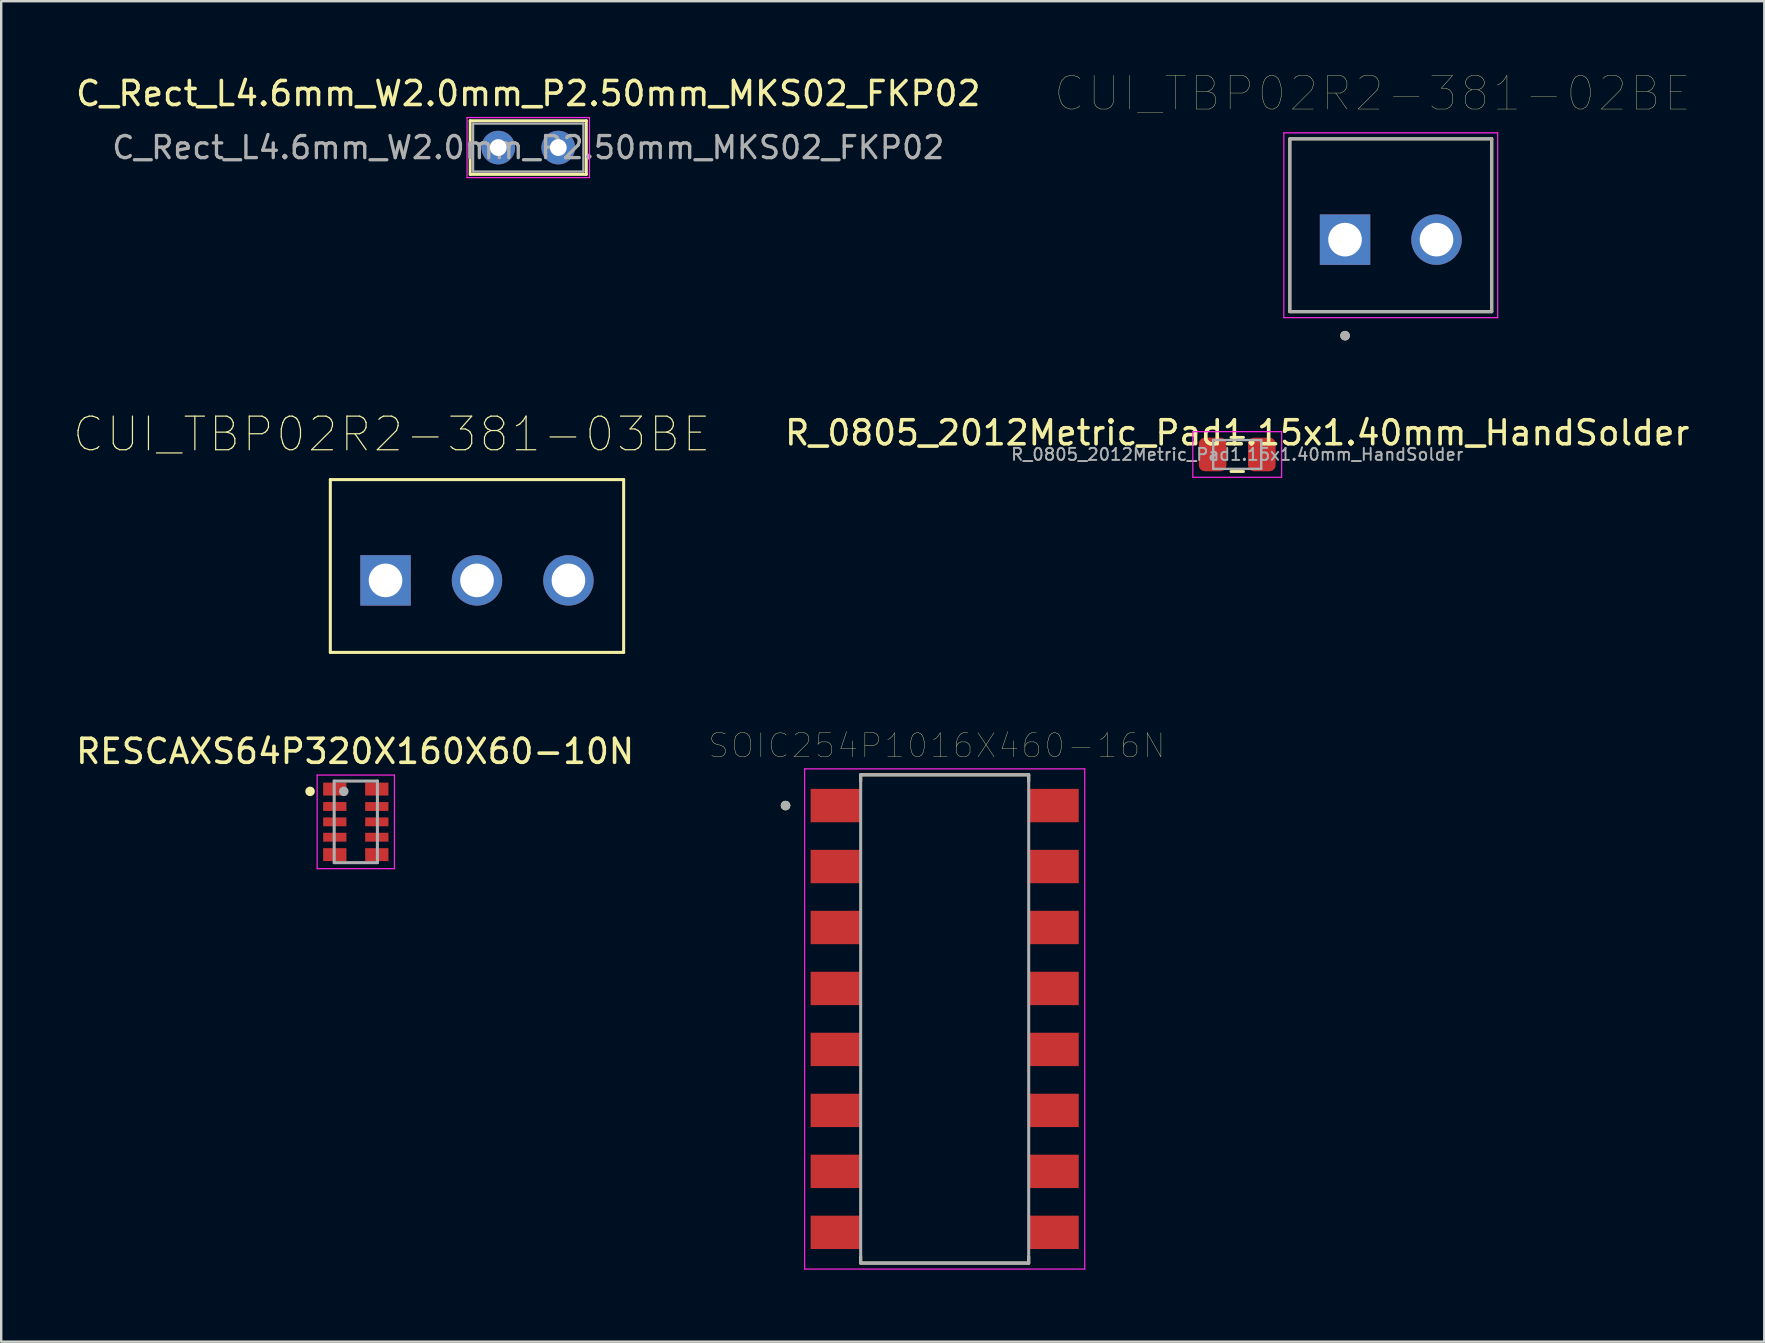
<source format=kicad_pcb>
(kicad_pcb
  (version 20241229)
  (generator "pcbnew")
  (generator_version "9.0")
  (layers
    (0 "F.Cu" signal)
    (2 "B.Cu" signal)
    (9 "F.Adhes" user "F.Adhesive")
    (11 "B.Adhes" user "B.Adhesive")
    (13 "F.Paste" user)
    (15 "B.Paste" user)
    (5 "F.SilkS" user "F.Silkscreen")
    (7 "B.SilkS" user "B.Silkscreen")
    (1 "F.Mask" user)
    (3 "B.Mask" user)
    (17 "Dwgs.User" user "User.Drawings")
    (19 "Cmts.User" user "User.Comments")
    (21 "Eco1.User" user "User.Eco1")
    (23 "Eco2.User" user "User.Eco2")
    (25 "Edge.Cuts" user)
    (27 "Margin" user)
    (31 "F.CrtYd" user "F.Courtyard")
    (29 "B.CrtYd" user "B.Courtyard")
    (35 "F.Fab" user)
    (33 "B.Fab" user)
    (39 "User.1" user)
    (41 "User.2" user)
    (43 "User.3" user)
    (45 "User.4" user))
  (footprint "RESCAXS64P320X160X60-10N"
    (layer "F.Cu")
    (at 11.773 31.19)
    (property "Reference" "RESCAXS64P320X160X60-10N" (at -0.029 -2.937 0) (layer "F.SilkS") (effects (font (size 1 1) (thickness 0.15))))
    (attr through_hole)
    (fp_circle (center -1.905 -1.27) (end -1.805 -1.27) (stroke (width 0.2) (type solid)) (fill no) (layer "F.SilkS"))
    (fp_line (start -1.61 -1.95) (end 1.61 -1.95) (stroke (width 0.05) (type solid)) (layer "F.CrtYd"))
    (fp_line (start -1.61 1.95) (end -1.61 -1.95) (stroke (width 0.05) (type solid)) (layer "F.CrtYd"))
    (fp_line (start 1.61 -1.95) (end 1.61 1.95) (stroke (width 0.05) (type solid)) (layer "F.CrtYd"))
    (fp_line (start 1.61 1.95) (end -1.61 1.95) (stroke (width 0.05) (type solid)) (layer "F.CrtYd"))
    (fp_line (start -0.9 -1.7) (end 0.9 -1.7) (stroke (width 0.127) (type solid)) (layer "F.Fab"))
    (fp_line (start -0.9 1.7) (end -0.9 -1.7) (stroke (width 0.127) (type solid)) (layer "F.Fab"))
    (fp_line (start 0.9 -1.7) (end 0.9 1.7) (stroke (width 0.127) (type solid)) (layer "F.Fab"))
    (fp_line (start 0.9 1.7) (end -0.9 1.7) (stroke (width 0.127) (type solid)) (layer "F.Fab"))
    (fp_circle (center -0.5 -1.27) (end -0.4 -1.27) (stroke (width 0.2) (type solid)) (fill no) (layer "F.Fab"))
    (pad "1" smd rect (at -0.875 -1.365) (size 0.97 0.54) (layers "F.Cu" "F.Mask" "F.Paste"))
    (pad "2" smd rect (at -0.875 -0.64) (size 0.97 0.37) (layers "F.Cu" "F.Mask" "F.Paste"))
    (pad "3" smd rect (at -0.875 0) (size 0.97 0.37) (layers "F.Cu" "F.Mask" "F.Paste"))
    (pad "4" smd rect (at -0.875 0.64) (size 0.97 0.37) (layers "F.Cu" "F.Mask" "F.Paste"))
    (pad "5" smd rect (at -0.875 1.365) (size 0.97 0.54) (layers "F.Cu" "F.Mask" "F.Paste"))
    (pad "6" smd rect (at 0.875 1.365) (size 0.97 0.54) (layers "F.Cu" "F.Mask" "F.Paste"))
    (pad "7" smd rect (at 0.875 0.64) (size 0.97 0.37) (layers "F.Cu" "F.Mask" "F.Paste"))
    (pad "8" smd rect (at 0.875 0) (size 0.97 0.37) (layers "F.Cu" "F.Mask" "F.Paste"))
    (pad "9" smd rect (at 0.875 -0.64) (size 0.97 0.37) (layers "F.Cu" "F.Mask" "F.Paste"))
    (pad "10" smd rect (at 0.875 -1.365) (size 0.97 0.54) (layers "F.Cu" "F.Mask" "F.Paste")))
  (footprint "CUI_TBP02R2-381-03BE"
    (layer "F.Cu")
    (at 13.012 21.13)
    (property "Reference" "CUI_TBP02R2-381-03BE" (at 0.256 -6.089 0) (layer "F.SilkS") (effects (font (size 1.4 1.4) (thickness 0.05))))
    (attr through_hole)
    (fp_line (start -2.3 -4.2) (end 9.92 -4.2) (stroke (width 0.127) (type solid)) (layer "F.SilkS"))
    (fp_line (start -2.3 3) (end -2.3 -4.2) (stroke (width 0.127) (type solid)) (layer "F.SilkS"))
    (fp_line (start 9.92 -4.2) (end 9.92 3) (stroke (width 0.127) (type solid)) (layer "F.SilkS"))
    (fp_line (start 9.92 3) (end -2.3 3) (stroke (width 0.127) (type solid)) (layer "F.SilkS"))
    (fp_line (start -2.55 -4.45) (end 10.17 -4.45) (stroke (width 0.05) (type solid)) (layer "Eco1.User"))
    (fp_line (start -2.55 3.25) (end -2.55 -4.45) (stroke (width 0.05) (type solid)) (layer "Eco1.User"))
    (fp_line (start 10.17 -4.45) (end 10.17 3.25) (stroke (width 0.05) (type solid)) (layer "Eco1.User"))
    (fp_line (start 10.17 3.25) (end -2.55 3.25) (stroke (width 0.05) (type solid)) (layer "Eco1.User"))
    (fp_line (start -2.3 -4.2) (end 9.92 -4.2) (stroke (width 0.127) (type solid)) (layer "Eco2.User"))
    (fp_line (start -2.3 3) (end -2.3 -4.2) (stroke (width 0.127) (type solid)) (layer "Eco2.User"))
    (fp_line (start 9.92 -4.2) (end 9.92 3) (stroke (width 0.127) (type solid)) (layer "Eco2.User"))
    (fp_line (start 9.92 3) (end -2.3 3) (stroke (width 0.127) (type solid)) (layer "Eco2.User"))
    (pad "1" thru_hole rect (at 0 0) (size 2.1 2.1) (drill 1.4) (layers "*.Cu" "*.Mask"))
    (pad "2" thru_hole circle (at 3.81 0) (size 2.1 2.1) (drill 1.4) (layers "*.Cu" "*.Mask"))
    (pad "3" thru_hole circle (at 7.62 0) (size 2.1 2.1) (drill 1.4) (layers "*.Cu" "*.Mask")))
  (footprint "SOIC254P1016X460-16N"
    (layer "F.Cu")
    (at 36.307 39.401)
    (property "Reference" "SOIC254P1016X460-16N" (at -0.325 -11.385 0) (layer "F.SilkS") (effects (font (size 1 1) (thickness 0.015))))
    (attr through_hole)
    (fp_line (start -3.5 -10.17) (end -3.5 -9.9) (stroke (width 0.127) (type solid)) (layer "F.SilkS"))
    (fp_line (start -3.5 -10.17) (end 3.5 -10.17) (stroke (width 0.127) (type solid)) (layer "F.SilkS"))
    (fp_line (start -3.5 10.17) (end -3.5 9.9) (stroke (width 0.127) (type solid)) (layer "F.SilkS"))
    (fp_line (start -3.5 10.17) (end 3.5 10.17) (stroke (width 0.127) (type solid)) (layer "F.SilkS"))
    (fp_line (start 3.5 -10.17) (end 3.5 -9.9) (stroke (width 0.127) (type solid)) (layer "F.SilkS"))
    (fp_line (start 3.5 10.17) (end 3.5 9.9) (stroke (width 0.127) (type solid)) (layer "F.SilkS"))
    (fp_circle (center -6.63 -8.89) (end -6.53 -8.89) (stroke (width 0.2) (type solid)) (fill no) (layer "F.SilkS"))
    (fp_line (start -5.835 -10.42) (end -5.835 10.42) (stroke (width 0.05) (type solid)) (layer "F.CrtYd"))
    (fp_line (start -5.835 -10.42) (end 5.835 -10.42) (stroke (width 0.05) (type solid)) (layer "F.CrtYd"))
    (fp_line (start -5.835 10.42) (end 5.835 10.42) (stroke (width 0.05) (type solid)) (layer "F.CrtYd"))
    (fp_line (start 5.835 -10.42) (end 5.835 10.42) (stroke (width 0.05) (type solid)) (layer "F.CrtYd"))
    (fp_line (start -3.5 -10.17) (end -3.5 10.17) (stroke (width 0.127) (type solid)) (layer "F.Fab"))
    (fp_line (start -3.5 -10.17) (end 3.5 -10.17) (stroke (width 0.127) (type solid)) (layer "F.Fab"))
    (fp_line (start -3.5 10.17) (end 3.5 10.17) (stroke (width 0.127) (type solid)) (layer "F.Fab"))
    (fp_line (start 3.5 -10.17) (end 3.5 10.17) (stroke (width 0.127) (type solid)) (layer "F.Fab"))
    (fp_circle (center -6.63 -8.89) (end -6.53 -8.89) (stroke (width 0.2) (type solid)) (fill no) (layer "F.Fab"))
    (pad "1" smd rect (at -4.54 -8.89) (size 2.09 1.39) (layers "F.Cu" "F.Mask" "F.Paste"))
    (pad "2" smd rect (at -4.54 -6.35) (size 2.09 1.39) (layers "F.Cu" "F.Mask" "F.Paste"))
    (pad "3" smd rect (at -4.54 -3.81) (size 2.09 1.39) (layers "F.Cu" "F.Mask" "F.Paste"))
    (pad "4" smd rect (at -4.54 -1.27) (size 2.09 1.39) (layers "F.Cu" "F.Mask" "F.Paste"))
    (pad "5" smd rect (at -4.54 1.27) (size 2.09 1.39) (layers "F.Cu" "F.Mask" "F.Paste"))
    (pad "6" smd rect (at -4.54 3.81) (size 2.09 1.39) (layers "F.Cu" "F.Mask" "F.Paste"))
    (pad "7" smd rect (at -4.54 6.35) (size 2.09 1.39) (layers "F.Cu" "F.Mask" "F.Paste"))
    (pad "8" smd rect (at -4.54 8.89) (size 2.09 1.39) (layers "F.Cu" "F.Mask" "F.Paste"))
    (pad "9" smd rect (at 4.54 8.89) (size 2.09 1.39) (layers "F.Cu" "F.Mask" "F.Paste"))
    (pad "10" smd rect (at 4.54 6.35) (size 2.09 1.39) (layers "F.Cu" "F.Mask" "F.Paste"))
    (pad "11" smd rect (at 4.54 3.81) (size 2.09 1.39) (layers "F.Cu" "F.Mask" "F.Paste"))
    (pad "12" smd rect (at 4.54 1.27) (size 2.09 1.39) (layers "F.Cu" "F.Mask" "F.Paste"))
    (pad "13" smd rect (at 4.54 -1.27) (size 2.09 1.39) (layers "F.Cu" "F.Mask" "F.Paste"))
    (pad "14" smd rect (at 4.54 -3.81) (size 2.09 1.39) (layers "F.Cu" "F.Mask" "F.Paste"))
    (pad "15" smd rect (at 4.54 -6.35) (size 2.09 1.39) (layers "F.Cu" "F.Mask" "F.Paste"))
    (pad "16" smd rect (at 4.54 -8.89) (size 2.09 1.39) (layers "F.Cu" "F.Mask" "F.Paste")))
  (footprint "R_0805_2012Metric_Pad1.15x1.40mm_HandSolder"
    (layer "F.Cu")
    (at 48.495 15.883)
    (property "Reference" "R_0805_2012Metric_Pad1.15x1.40mm_HandSolder" (at 0 -0.9 0) (layer "F.SilkS") (effects (font (size 1 1) (thickness 0.15))))
    (attr smd)
    (fp_line (start -0.261 -0.71) (end 0.261 -0.71) (stroke (width 0.12) (type solid)) (layer "F.SilkS"))
    (fp_line (start -0.261 0.71) (end 0.261 0.71) (stroke (width 0.12) (type solid)) (layer "F.SilkS"))
    (fp_line (start -1.85 -0.95) (end 1.85 -0.95) (stroke (width 0.05) (type solid)) (layer "F.CrtYd"))
    (fp_line (start -1.85 0.95) (end -1.85 -0.95) (stroke (width 0.05) (type solid)) (layer "F.CrtYd"))
    (fp_line (start 1.85 -0.95) (end 1.85 0.95) (stroke (width 0.05) (type solid)) (layer "F.CrtYd"))
    (fp_line (start 1.85 0.95) (end -1.85 0.95) (stroke (width 0.05) (type solid)) (layer "F.CrtYd"))
    (fp_line (start -1 -0.6) (end 1 -0.6) (stroke (width 0.1) (type solid)) (layer "F.Fab"))
    (fp_line (start -1 0.6) (end -1 -0.6) (stroke (width 0.1) (type solid)) (layer "F.Fab"))
    (fp_line (start 1 -0.6) (end 1 0.6) (stroke (width 0.1) (type solid)) (layer "F.Fab"))
    (fp_line (start 1 0.6) (end -1 0.6) (stroke (width 0.1) (type solid)) (layer "F.Fab"))
    (fp_text user "${REFERENCE}" (at 0 0 0) (layer "F.Fab") (effects (font (size 0.5 0.5) (thickness 0.08))))
    (pad "1" smd roundrect (at -1.025 0) (size 1.15 1.4) (layers "F.Cu" "F.Mask" "F.Paste") (roundrect_rratio 0.217))
    (pad "2" smd roundrect (at 1.025 0) (size 1.15 1.4) (layers "F.Cu" "F.Mask" "F.Paste") (roundrect_rratio 0.217)))
  (footprint "CUI_TBP02R2-381-02BE"
    (layer "F.Cu")
    (at 52.987 6.934)
    (property "Reference" "CUI_TBP02R2-381-02BE" (at 1.145 -6.089 0) (layer "F.SilkS") (effects (font (size 1.4 1.4) (thickness 0.015))))
    (attr through_hole)
    (fp_line (start -2.3 -4.2) (end 6.11 -4.2) (stroke (width 0.127) (type solid)) (layer "F.SilkS"))
    (fp_line (start -2.3 3) (end -2.3 -4.2) (stroke (width 0.127) (type solid)) (layer "F.SilkS"))
    (fp_line (start 6.11 -4.2) (end 6.11 3) (stroke (width 0.127) (type solid)) (layer "F.SilkS"))
    (fp_line (start 6.11 3) (end -2.3 3) (stroke (width 0.127) (type solid)) (layer "F.SilkS"))
    (fp_circle (center 0 4) (end 0.1 4) (stroke (width 0.2) (type solid)) (fill no) (layer "F.SilkS"))
    (fp_line (start -2.55 -4.45) (end 6.36 -4.45) (stroke (width 0.05) (type solid)) (layer "F.CrtYd"))
    (fp_line (start -2.55 3.25) (end -2.55 -4.45) (stroke (width 0.05) (type solid)) (layer "F.CrtYd"))
    (fp_line (start 6.36 -4.45) (end 6.36 3.25) (stroke (width 0.05) (type solid)) (layer "F.CrtYd"))
    (fp_line (start 6.36 3.25) (end -2.55 3.25) (stroke (width 0.05) (type solid)) (layer "F.CrtYd"))
    (fp_line (start -2.3 -4.2) (end 6.11 -4.2) (stroke (width 0.127) (type solid)) (layer "F.Fab"))
    (fp_line (start -2.3 3) (end -2.3 -4.2) (stroke (width 0.127) (type solid)) (layer "F.Fab"))
    (fp_line (start 6.11 -4.2) (end 6.11 3) (stroke (width 0.127) (type solid)) (layer "F.Fab"))
    (fp_line (start 6.11 3) (end -2.3 3) (stroke (width 0.127) (type solid)) (layer "F.Fab"))
    (fp_circle (center 0 4) (end 0.1 4) (stroke (width 0.2) (type solid)) (fill no) (layer "F.Fab"))
    (pad "1" thru_hole rect (at 0 0) (size 2.1 2.1) (drill 1.4) (layers "*.Cu" "*.Mask"))
    (pad "2" thru_hole circle (at 3.81 0) (size 2.1 2.1) (drill 1.4) (layers "*.Cu" "*.Mask")))
  (footprint "C_Rect_L4.6mm_W2.0mm_P2.50mm_MKS02_FKP02"
    (layer "F.Cu")
    (at 17.708 3.098)
    (property "Reference" "C_Rect_L4.6mm_W2.0mm_P2.50mm_MKS02_FKP02" (at 1.25 -2.25 0) (layer "F.SilkS") (effects (font (size 1 1) (thickness 0.15))))
    (attr through_hole)
    (fp_line (start -1.17 -1.12) (end -1.17 1.12) (stroke (width 0.12) (type solid)) (layer "F.SilkS"))
    (fp_line (start -1.17 -1.12) (end 3.67 -1.12) (stroke (width 0.12) (type solid)) (layer "F.SilkS"))
    (fp_line (start -1.17 1.12) (end 3.67 1.12) (stroke (width 0.12) (type solid)) (layer "F.SilkS"))
    (fp_line (start 3.67 -1.12) (end 3.67 1.12) (stroke (width 0.12) (type solid)) (layer "F.SilkS"))
    (fp_line (start -1.3 -1.25) (end -1.3 1.25) (stroke (width 0.05) (type solid)) (layer "F.CrtYd"))
    (fp_line (start -1.3 1.25) (end 3.8 1.25) (stroke (width 0.05) (type solid)) (layer "F.CrtYd"))
    (fp_line (start 3.8 -1.25) (end -1.3 -1.25) (stroke (width 0.05) (type solid)) (layer "F.CrtYd"))
    (fp_line (start 3.8 1.25) (end 3.8 -1.25) (stroke (width 0.05) (type solid)) (layer "F.CrtYd"))
    (fp_line (start -1.05 -1) (end -1.05 1) (stroke (width 0.1) (type solid)) (layer "F.Fab"))
    (fp_line (start -1.05 1) (end 3.55 1) (stroke (width 0.1) (type solid)) (layer "F.Fab"))
    (fp_line (start 3.55 -1) (end -1.05 -1) (stroke (width 0.1) (type solid)) (layer "F.Fab"))
    (fp_line (start 3.55 1) (end 3.55 -1) (stroke (width 0.1) (type solid)) (layer "F.Fab"))
    (fp_text user "${REFERENCE}" (at 1.25 0 0) (layer "F.Fab") (effects (font (size 0.92 0.92) (thickness 0.138))))
    (pad "1" thru_hole circle (at 0 0) (size 1.4 1.4) (drill 0.7) (layers "*.Cu" "*.Mask"))
    (pad "2" thru_hole circle (at 2.5 0) (size 1.4 1.4) (drill 0.7) (layers "*.Cu" "*.Mask")))
  (gr_rect
    (start -3 -3)
    (end 70.453 52.846)
    (stroke (width 0.1) (type default))
    (fill no)
    (layer "Edge.Cuts")))
</source>
